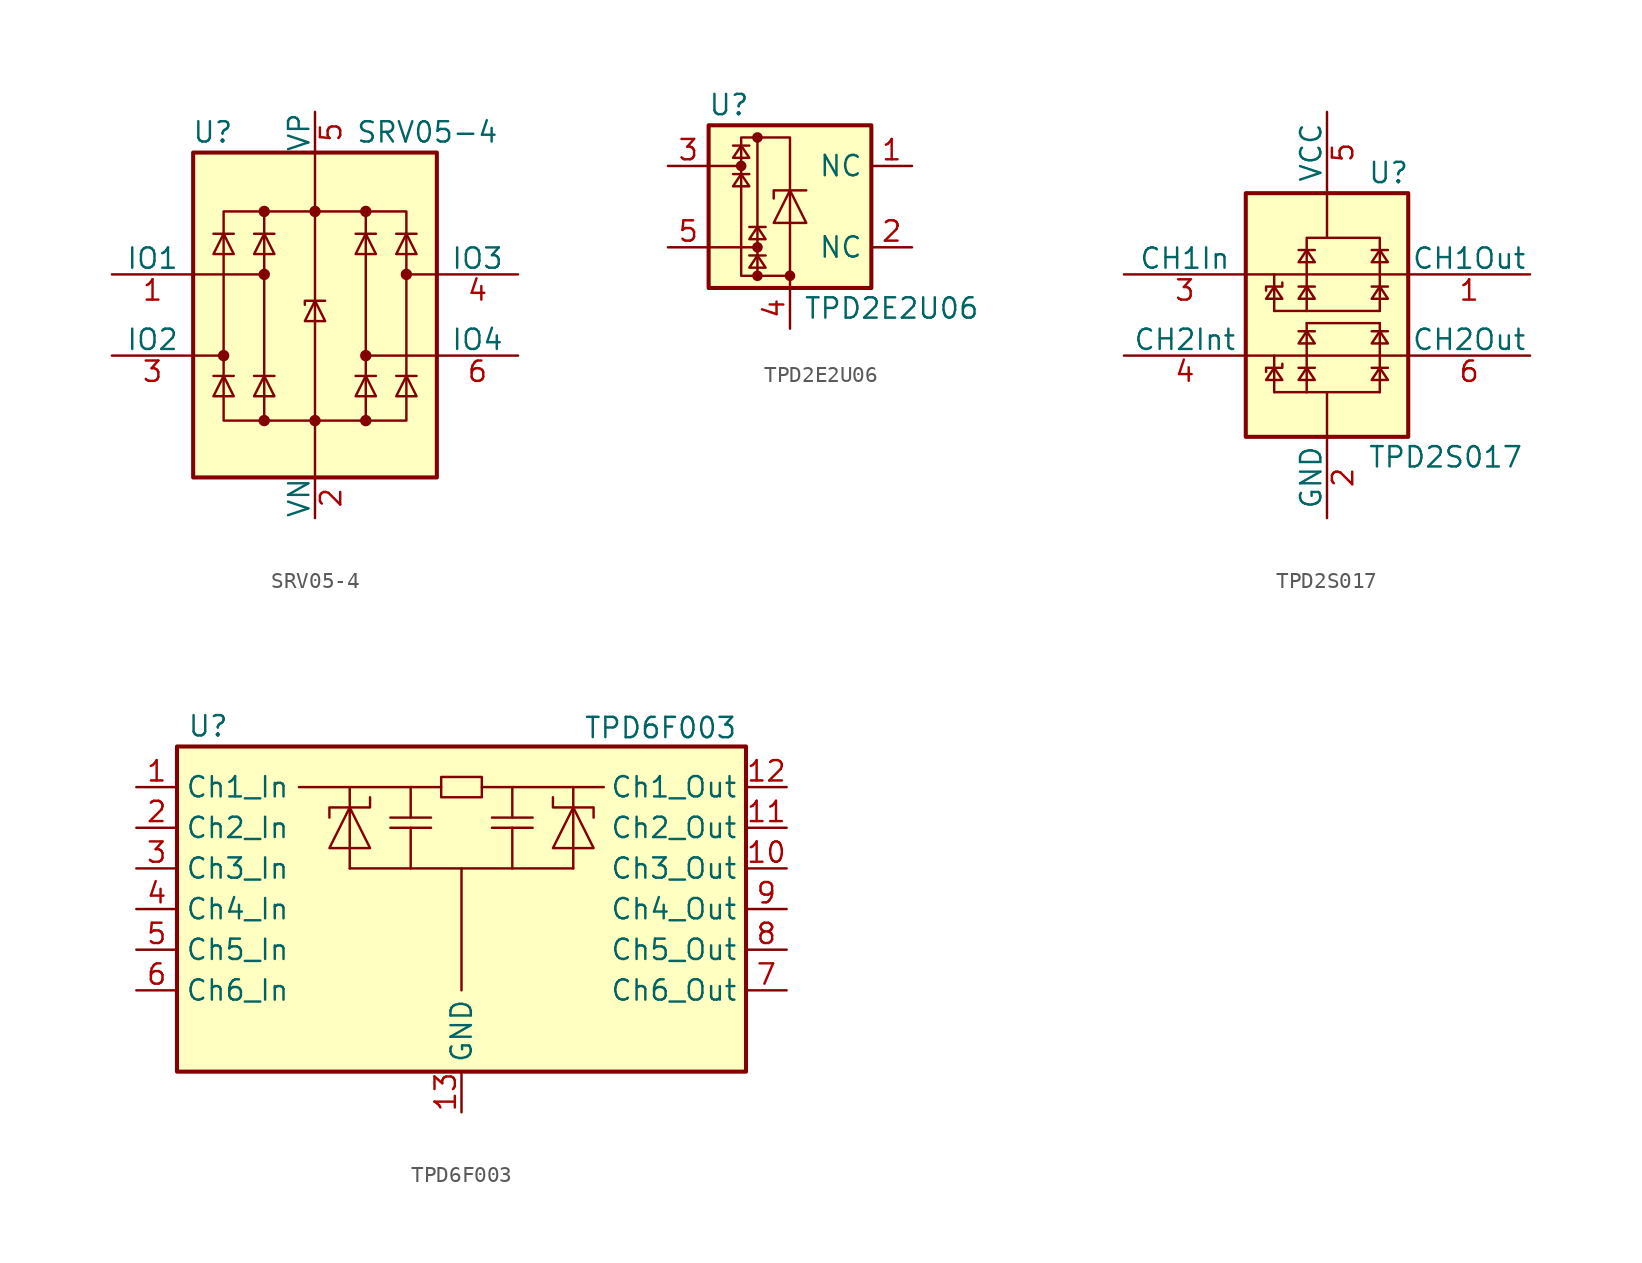
<source format=kicad_sym>
(kicad_symbol_lib
  (version 20201005)
  (generator kicad_symbol_editor)
  (symbol "SRV05-4"
    (pin_names
      (offset 0))
    (property "Reference" "U"
      (at -5.08 11.43 0)
      (effects (font (size 1.27 1.27)) (justify right)))
    (property "Value" "SRV05-4"
      (at 2.54 11.43 0)
      (effects (font (size 1.27 1.27)) (justify left)))
    (symbol "SRV05-4_0_0"
      (rectangle (start -5.715 6.477) (end 5.715 -6.604) (stroke (width 0)) (fill (type none)))
      (polyline (pts (xy -3.175 -6.604) (xy -3.175 6.477)) (stroke (width 0)) (fill (type none)))
      (polyline (pts (xy 3.175 6.477) (xy 3.175 -6.604)) (stroke (width 0)) (fill (type none))))
    (symbol "SRV05-4_0_1"
      (circle (center -5.715 -2.54) (radius 0.279) (stroke (width 0)) (fill (type outline)))
      (circle (center -3.175 -6.604) (radius 0.279) (stroke (width 0)) (fill (type outline)))
      (circle (center -3.175 2.54) (radius 0.279) (stroke (width 0)) (fill (type outline)))
      (circle (center -3.175 6.477) (radius 0.279) (stroke (width 0)) (fill (type outline)))
      (circle (center 0 -6.604) (radius 0.279) (stroke (width 0)) (fill (type outline)))
      (circle (center 0 6.477) (radius 0.279) (stroke (width 0)) (fill (type outline)))
      (circle (center 3.175 -6.604) (radius 0.279) (stroke (width 0)) (fill (type outline)))
      (circle (center 3.175 -2.54) (radius 0.279) (stroke (width 0)) (fill (type outline)))
      (circle (center 3.175 6.477) (radius 0.279) (stroke (width 0)) (fill (type outline)))
      (circle (center 5.715 2.54) (radius 0.279) (stroke (width 0)) (fill (type outline)))
      (rectangle (start -7.62 10.16) (end 7.62 -10.16) (stroke (width 0.254)) (fill (type background)))
      (polyline (pts (xy -7.747 2.54) (xy -3.175 2.54)) (stroke (width 0)) (fill (type none)))
      (polyline (pts (xy -7.62 -2.54) (xy -5.715 -2.54)) (stroke (width 0)) (fill (type none)))
      (polyline (pts (xy -5.08 -3.81) (xy -6.35 -3.81)) (stroke (width 0)) (fill (type none)))
      (polyline (pts (xy -5.08 5.08) (xy -6.35 5.08)) (stroke (width 0)) (fill (type none)))
      (polyline (pts (xy -2.54 -3.81) (xy -3.81 -3.81)) (stroke (width 0)) (fill (type none)))
      (polyline (pts (xy -2.54 5.08) (xy -3.81 5.08)) (stroke (width 0)) (fill (type none)))
      (polyline (pts (xy 0 10.16) (xy 0 -10.16)) (stroke (width 0)) (fill (type none)))
      (polyline (pts (xy 3.81 -3.81) (xy 2.54 -3.81)) (stroke (width 0)) (fill (type none)))
      (polyline (pts (xy 3.81 5.08) (xy 2.54 5.08)) (stroke (width 0)) (fill (type none)))
      (polyline (pts (xy 6.35 -3.81) (xy 5.08 -3.81)) (stroke (width 0)) (fill (type none)))
      (polyline (pts (xy 6.35 5.08) (xy 5.08 5.08)) (stroke (width 0)) (fill (type none)))
      (polyline (pts (xy 7.62 -2.54) (xy 3.175 -2.54)) (stroke (width 0)) (fill (type none)))
      (polyline (pts (xy 7.62 2.54) (xy 5.715 2.54)) (stroke (width 0)) (fill (type none)))
      (polyline (pts (xy 0.635 0.889) (xy -0.635 0.889) (xy -0.635 0.635)) (stroke (width 0)) (fill (type none)))
      (polyline (pts (xy -5.08 -5.08) (xy -6.35 -5.08) (xy -5.715 -3.81) (xy -5.08 -5.08)) (stroke (width 0)) (fill (type none)))
      (polyline (pts (xy -5.08 3.81) (xy -6.35 3.81) (xy -5.715 5.08) (xy -5.08 3.81)) (stroke (width 0)) (fill (type none)))
      (polyline (pts (xy -2.54 -5.08) (xy -3.81 -5.08) (xy -3.175 -3.81) (xy -2.54 -5.08)) (stroke (width 0)) (fill (type none)))
      (polyline (pts (xy -2.54 3.81) (xy -3.81 3.81) (xy -3.175 5.08) (xy -2.54 3.81)) (stroke (width 0)) (fill (type none)))
      (polyline (pts (xy 0.635 -0.381) (xy -0.635 -0.381) (xy 0 0.889) (xy 0.635 -0.381)) (stroke (width 0)) (fill (type none)))
      (polyline (pts (xy 3.81 -5.08) (xy 2.54 -5.08) (xy 3.175 -3.81) (xy 3.81 -5.08)) (stroke (width 0)) (fill (type none)))
      (polyline (pts (xy 3.81 3.81) (xy 2.54 3.81) (xy 3.175 5.08) (xy 3.81 3.81)) (stroke (width 0)) (fill (type none)))
      (polyline (pts (xy 6.35 -5.08) (xy 5.08 -5.08) (xy 5.715 -3.81) (xy 6.35 -5.08)) (stroke (width 0)) (fill (type none)))
      (polyline (pts (xy 6.35 3.81) (xy 5.08 3.81) (xy 5.715 5.08) (xy 6.35 3.81)) (stroke (width 0)) (fill (type none))))
    (symbol "SRV05-4_1_1"
      (pin passive line (at -12.7 2.54 0) (length 5.08) (name "IO1" (effects (font (size 1.27 1.27)))) (number "1" (effects (font (size 1.27 1.27)))))
      (pin passive line (at 0 -12.7 90) (length 2.54) (name "VN" (effects (font (size 1.27 1.27)))) (number "2" (effects (font (size 1.27 1.27)))))
      (pin passive line (at -12.7 -2.54 0) (length 5.08) (name "IO2" (effects (font (size 1.27 1.27)))) (number "3" (effects (font (size 1.27 1.27)))))
      (pin passive line (at 12.7 2.54 180) (length 5.08) (name "IO3" (effects (font (size 1.27 1.27)))) (number "4" (effects (font (size 1.27 1.27)))))
      (pin passive line (at 0 12.7 270) (length 2.54) (name "VP" (effects (font (size 1.27 1.27)))) (number "5" (effects (font (size 1.27 1.27)))))
      (pin passive line (at 12.7 -2.54 180) (length 5.08) (name "IO4" (effects (font (size 1.27 1.27)))) (number "6" (effects (font (size 1.27 1.27)))))))
  (symbol "TPD2E2U06"
    (property "Reference" "U"
      (at -3.81 6.35 0)
      (effects (font (size 1.27 1.27))))
    (property "Value" "TPD2E2U06"
      (at 6.35 -6.35 0)
      (effects (font (size 1.27 1.27))))
    (symbol "TPD2E2U06_0_1"
      (circle (center -3.048 2.54) (radius 0.254) (stroke (width 0)) (fill (type outline)))
      (circle (center -2.032 -4.318) (radius 0.254) (stroke (width 0)) (fill (type outline)))
      (circle (center -2.032 -2.54) (radius 0.254) (stroke (width 0)) (fill (type outline)))
      (circle (center -2.032 4.318) (radius 0.254) (stroke (width 0)) (fill (type outline)))
      (circle (center 0 -4.318) (radius 0.254) (stroke (width 0)) (fill (type outline)))
      (rectangle (start -5.08 5.08) (end 5.08 -5.08) (stroke (width 0.254)) (fill (type background)))
      (rectangle (start -3.048 4.318) (end 0 -4.318) (stroke (width 0)) (fill (type none)))
      (polyline (pts (xy -3.048 2.54) (xy -5.08 2.54)) (stroke (width 0)) (fill (type none)))
      (polyline (pts (xy -2.54 2.032) (xy -3.556 2.032)) (stroke (width 0)) (fill (type none)))
      (polyline (pts (xy -2.54 3.81) (xy -3.556 3.81)) (stroke (width 0)) (fill (type none)))
      (polyline (pts (xy -2.032 -4.318) (xy -2.032 4.318)) (stroke (width 0)) (fill (type none)))
      (polyline (pts (xy -2.032 -2.54) (xy -5.08 -2.54)) (stroke (width 0)) (fill (type none)))
      (polyline (pts (xy -1.524 -3.048) (xy -2.54 -3.048)) (stroke (width 0)) (fill (type none)))
      (polyline (pts (xy -1.524 -1.27) (xy -2.54 -1.27)) (stroke (width 0)) (fill (type none)))
      (polyline (pts (xy 0 -4.318) (xy 0 -5.08)) (stroke (width 0)) (fill (type none)))
      (polyline (pts (xy 1.016 1.016) (xy -1.016 1.016) (xy -1.016 0.508)) (stroke (width 0)) (fill (type none)))
      (polyline (pts (xy -3.048 2.032) (xy -3.556 1.27) (xy -2.54 1.27) (xy -3.048 2.032)) (stroke (width 0)) (fill (type none)))
      (polyline (pts (xy -3.048 3.81) (xy -3.556 3.048) (xy -2.54 3.048) (xy -3.048 3.81)) (stroke (width 0)) (fill (type none)))
      (polyline (pts (xy -2.032 -3.048) (xy -2.54 -3.81) (xy -1.524 -3.81) (xy -2.032 -3.048)) (stroke (width 0)) (fill (type none)))
      (polyline (pts (xy -2.032 -1.27) (xy -2.54 -2.032) (xy -1.524 -2.032) (xy -2.032 -1.27)) (stroke (width 0)) (fill (type none)))
      (polyline (pts (xy 0 1.016) (xy 1.016 -1.016) (xy -1.016 -1.016) (xy 0 1.016)) (stroke (width 0)) (fill (type none))))
    (symbol "TPD2E2U06_1_1"
      (pin passive line (at 7.62 2.54 180) (length 2.54) (name "NC" (effects (font (size 1.27 1.27)))) (number "1" (effects (font (size 1.27 1.27)))))
      (pin passive line (at 7.62 -2.54 180) (length 2.54) (name "NC" (effects (font (size 1.27 1.27)))) (number "2" (effects (font (size 1.27 1.27)))))
      (pin passive line (at -7.62 2.54 0) (length 2.54) (name "~" (effects (font (size 1.27 1.27)))) (number "3" (effects (font (size 1.27 1.27)))))
      (pin passive line (at 0 -7.62 90) (length 2.54) (name "~" (effects (font (size 1.27 1.27)))) (number "4" (effects (font (size 1.27 1.27)))))
      (pin passive line (at -7.62 -2.54 0) (length 2.54) (name "~" (effects (font (size 1.27 1.27)))) (number "5" (effects (font (size 1.27 1.27)))))))
  (symbol "TPD2S017"
    (pin_names
      (offset 0))
    (property "Reference" "U"
      (at 2.54 8.89 0)
      (effects (font (size 1.27 1.27)) (justify left)))
    (property "Value" "TPD2S017"
      (at 2.54 -8.89 0)
      (effects (font (size 1.27 1.27)) (justify left)))
    (symbol "TPD2S017_0_1"
      (rectangle (start -5.08 7.62) (end 5.08 -7.62) (stroke (width 0.254)) (fill (type background)))
      (polyline (pts (xy 0 4.826) (xy 0 7.62)) (stroke (width 0)) (fill (type none)))
      (polyline (pts (xy -5.08 -2.54) (xy 5.08 -2.54) (xy 5.08 -2.54)) (stroke (width 0)) (fill (type none)))
      (polyline (pts (xy -5.08 2.54) (xy 5.08 2.54) (xy 5.08 2.54)) (stroke (width 0)) (fill (type none)))
      (polyline (pts (xy -3.302 -4.826) (xy -1.27 -4.826) (xy -1.27 -4.826)) (stroke (width 0)) (fill (type none)))
      (polyline (pts (xy -3.302 -3.302) (xy -3.302 -2.54) (xy -3.302 -2.54)) (stroke (width 0)) (fill (type none)))
      (polyline (pts (xy -3.302 0.254) (xy -3.302 1.778) (xy -3.302 1.016)) (stroke (width 0)) (fill (type none)))
      (polyline (pts (xy -3.302 0.254) (xy -1.27 0.254) (xy -1.27 0.254)) (stroke (width 0)) (fill (type none)))
      (polyline (pts (xy -3.302 1.778) (xy -3.302 2.54) (xy -3.302 2.54)) (stroke (width 0)) (fill (type none)))
      (polyline (pts (xy -1.778 -3.302) (xy -1.27 -3.302) (xy -0.762 -3.302)) (stroke (width 0)) (fill (type none)))
      (polyline (pts (xy -1.778 -1.016) (xy -1.27 -1.016) (xy -0.762 -1.016)) (stroke (width 0)) (fill (type none)))
      (polyline (pts (xy -1.778 1.778) (xy -1.27 1.778) (xy -0.762 1.778)) (stroke (width 0)) (fill (type none)))
      (polyline (pts (xy -1.778 4.064) (xy -1.27 4.064) (xy -0.762 4.064)) (stroke (width 0)) (fill (type none)))
      (polyline (pts (xy -1.27 -4.826) (xy -1.27 -3.302) (xy -1.27 -4.064)) (stroke (width 0)) (fill (type none)))
      (polyline (pts (xy -1.27 -4.826) (xy 3.302 -4.826) (xy 3.302 -4.826)) (stroke (width 0)) (fill (type none)))
      (polyline (pts (xy -1.27 -1.016) (xy -1.27 -0.508) (xy -1.27 -0.508)) (stroke (width 0)) (fill (type none)))
      (polyline (pts (xy -1.27 -0.508) (xy 3.302 -0.508) (xy 3.302 -0.508)) (stroke (width 0)) (fill (type none)))
      (polyline (pts (xy -1.27 0.254) (xy -1.27 1.778) (xy -1.27 1.016)) (stroke (width 0)) (fill (type none)))
      (polyline (pts (xy -1.27 0.254) (xy 3.302 0.254) (xy 3.302 0.254)) (stroke (width 0)) (fill (type none)))
      (polyline (pts (xy 0 -7.62) (xy 0 -4.826) (xy 0 -4.826)) (stroke (width 0)) (fill (type none)))
      (polyline (pts (xy 2.794 -3.302) (xy 3.302 -3.302) (xy 3.81 -3.302)) (stroke (width 0)) (fill (type none)))
      (polyline (pts (xy 2.794 -1.016) (xy 3.302 -1.016) (xy 3.81 -1.016)) (stroke (width 0)) (fill (type none)))
      (polyline (pts (xy 2.794 1.778) (xy 3.302 1.778) (xy 3.81 1.778)) (stroke (width 0)) (fill (type none)))
      (polyline (pts (xy 2.794 4.064) (xy 3.302 4.064) (xy 3.81 4.064)) (stroke (width 0)) (fill (type none)))
      (polyline (pts (xy 3.302 -1.016) (xy 3.302 -0.508) (xy 3.302 -0.508)) (stroke (width 0)) (fill (type none)))
      (polyline (pts (xy -3.302 -4.826) (xy -3.302 -3.302) (xy -3.302 -4.064) (xy -3.302 -4.064)) (stroke (width 0)) (fill (type none)))
      (polyline (pts (xy 3.302 -4.826) (xy 3.302 -3.302) (xy 3.302 -4.064) (xy 3.302 -4.064)) (stroke (width 0)) (fill (type none)))
      (polyline (pts (xy 3.302 0.254) (xy 3.302 1.778) (xy 3.302 1.016) (xy 3.302 1.016)) (stroke (width 0)) (fill (type none)))
      (polyline (pts (xy -3.302 -3.302) (xy -3.81 -4.064) (xy -2.794 -4.064) (xy -3.302 -3.302) (xy -3.302 -3.302)) (stroke (width 0)) (fill (type none)))
      (polyline (pts (xy -3.302 1.778) (xy -3.81 1.016) (xy -2.794 1.016) (xy -3.302 1.778) (xy -3.302 1.778)) (stroke (width 0)) (fill (type none)))
      (polyline (pts (xy -2.794 -3.048) (xy -2.794 -3.302) (xy -3.81 -3.302) (xy -3.81 -3.556) (xy -3.81 -3.556)) (stroke (width 0)) (fill (type none)))
      (polyline (pts (xy -2.794 2.032) (xy -2.794 1.778) (xy -3.81 1.778) (xy -3.81 1.524) (xy -3.81 1.524)) (stroke (width 0)) (fill (type none)))
      (polyline (pts (xy -1.27 -3.302) (xy -1.778 -4.064) (xy -0.762 -4.064) (xy -1.27 -3.302) (xy -1.27 -3.302)) (stroke (width 0)) (fill (type none)))
      (polyline (pts (xy -1.27 -3.302) (xy -1.27 -1.016) (xy -1.27 -1.778) (xy -1.27 -1.778) (xy -1.27 -1.778)) (stroke (width 0)) (fill (type none)))
      (polyline (pts (xy -1.27 -1.016) (xy -1.778 -1.778) (xy -0.762 -1.778) (xy -1.27 -1.016) (xy -1.27 -1.016)) (stroke (width 0)) (fill (type none)))
      (polyline (pts (xy -1.27 1.778) (xy -1.778 1.016) (xy -0.762 1.016) (xy -1.27 1.778) (xy -1.27 1.778)) (stroke (width 0)) (fill (type none)))
      (polyline (pts (xy -1.27 1.778) (xy -1.27 4.064) (xy -1.27 3.302) (xy -1.27 3.302) (xy -1.27 3.302)) (stroke (width 0)) (fill (type none)))
      (polyline (pts (xy -1.27 4.064) (xy -1.778 3.302) (xy -0.762 3.302) (xy -1.27 4.064) (xy -1.27 4.064)) (stroke (width 0)) (fill (type none)))
      (polyline (pts (xy -1.27 4.064) (xy -1.27 4.826) (xy 3.302 4.826) (xy 3.302 4.064) (xy 3.302 4.064)) (stroke (width 0)) (fill (type none)))
      (polyline (pts (xy 3.302 -3.302) (xy 2.794 -4.064) (xy 3.81 -4.064) (xy 3.302 -3.302) (xy 3.302 -3.302)) (stroke (width 0)) (fill (type none)))
      (polyline (pts (xy 3.302 -3.302) (xy 3.302 -1.016) (xy 3.302 -1.778) (xy 3.302 -1.778) (xy 3.302 -1.778)) (stroke (width 0)) (fill (type none)))
      (polyline (pts (xy 3.302 -1.016) (xy 2.794 -1.778) (xy 3.81 -1.778) (xy 3.302 -1.016) (xy 3.302 -1.016)) (stroke (width 0)) (fill (type none)))
      (polyline (pts (xy 3.302 1.778) (xy 2.794 1.016) (xy 3.81 1.016) (xy 3.302 1.778) (xy 3.302 1.778)) (stroke (width 0)) (fill (type none)))
      (polyline (pts (xy 3.302 1.778) (xy 3.302 4.064) (xy 3.302 3.302) (xy 3.302 3.302) (xy 3.302 3.302)) (stroke (width 0)) (fill (type none)))
      (polyline (pts (xy 3.302 4.064) (xy 2.794 3.302) (xy 3.81 3.302) (xy 3.302 4.064) (xy 3.302 4.064)) (stroke (width 0)) (fill (type none))))
    (symbol "TPD2S017_1_1"
      (pin passive line (at 12.7 2.54 180) (length 7.62) (name "CH1Out" (effects (font (size 1.27 1.27)))) (number "1" (effects (font (size 1.27 1.27)))))
      (pin power_in line (at 0 -12.7 90) (length 5.08) (name "GND" (effects (font (size 1.27 1.27)))) (number "2" (effects (font (size 1.27 1.27)))))
      (pin passive line (at -12.7 2.54 0) (length 7.62) (name "CH1In" (effects (font (size 1.27 1.27)))) (number "3" (effects (font (size 1.27 1.27)))))
      (pin passive line (at -12.7 -2.54 0) (length 7.62) (name "CH2Int" (effects (font (size 1.27 1.27)))) (number "4" (effects (font (size 1.27 1.27)))))
      (pin power_in line (at 0 12.7 270) (length 5.08) (name "VCC" (effects (font (size 1.27 1.27)))) (number "5" (effects (font (size 1.27 1.27)))))
      (pin passive line (at 12.7 -2.54 180) (length 7.62) (name "CH2Out" (effects (font (size 1.27 1.27)))) (number "6" (effects (font (size 1.27 1.27)))))))
  (symbol "TPD6F003"
    (property "Reference" "U"
      (at -17.145 11.43 0)
      (effects (font (size 1.27 1.27)) (justify left)))
    (property "Value" "TPD6F003"
      (at 7.62 12.065 0)
      (effects (font (size 1.27 1.27)) (justify left top)))
    (symbol "TPD6F003_0_1"
      (rectangle (start -17.78 10.16) (end 17.78 -10.16) (stroke (width 0.254)) (fill (type background)))
      (polyline (pts (xy -6.985 2.54) (xy 6.985 2.54)) (stroke (width 0)) (fill (type none)))
      (polyline (pts (xy -6.985 6.35) (xy -6.985 7.62)) (stroke (width 0)) (fill (type none)))
      (polyline (pts (xy -4.445 5.715) (xy -1.905 5.715)) (stroke (width 0)) (fill (type none)))
      (polyline (pts (xy -3.175 5.08) (xy -3.175 2.54)) (stroke (width 0)) (fill (type none)))
      (polyline (pts (xy -3.175 7.62) (xy -3.175 5.715)) (stroke (width 0)) (fill (type none)))
      (polyline (pts (xy -1.905 5.08) (xy -4.445 5.08)) (stroke (width 0)) (fill (type none)))
      (polyline (pts (xy -1.27 7.62) (xy -10.16 7.62)) (stroke (width 0)) (fill (type none)))
      (polyline (pts (xy 0 2.54) (xy 0 -5.08)) (stroke (width 0)) (fill (type none)))
      (polyline (pts (xy 1.27 7.62) (xy 8.89 7.62)) (stroke (width 0)) (fill (type none)))
      (polyline (pts (xy 1.905 5.715) (xy 4.445 5.715)) (stroke (width 0)) (fill (type none)))
      (polyline (pts (xy 3.175 5.08) (xy 3.175 2.54)) (stroke (width 0)) (fill (type none)))
      (polyline (pts (xy 3.175 7.62) (xy 3.175 5.715)) (stroke (width 0)) (fill (type none)))
      (polyline (pts (xy 4.445 5.08) (xy 1.905 5.08)) (stroke (width 0)) (fill (type none)))
      (polyline (pts (xy 6.985 6.35) (xy 6.985 7.62)) (stroke (width 0)) (fill (type none)))
      (polyline (pts (xy -6.985 3.81) (xy -6.985 6.35) (xy -6.985 2.54)) (stroke (width 0)) (fill (type none)))
      (polyline (pts (xy 6.985 3.81) (xy 6.985 6.35) (xy 6.985 2.54)) (stroke (width 0)) (fill (type none)))
      (polyline (pts (xy -6.985 6.35) (xy -5.715 3.81) (xy -8.255 3.81) (xy -6.985 6.35)) (stroke (width 0)) (fill (type none)))
      (polyline (pts (xy -5.715 6.985) (xy -5.715 6.35) (xy -8.255 6.35) (xy -8.255 5.715)) (stroke (width 0)) (fill (type none)))
      (polyline (pts (xy 5.715 6.985) (xy 5.715 6.35) (xy 8.255 6.35) (xy 8.255 5.715)) (stroke (width 0)) (fill (type none)))
      (polyline (pts (xy 6.985 6.35) (xy 5.715 3.81) (xy 8.255 3.81) (xy 6.985 6.35)) (stroke (width 0)) (fill (type none)))
      (polyline (pts (xy -1.27 7.62) (xy -1.27 6.985) (xy 1.27 6.985) (xy 1.27 8.255) (xy -1.27 8.255) (xy -1.27 7.62)) (stroke (width 0)) (fill (type none))))
    (symbol "TPD6F003_1_1"
      (pin passive line (at -20.32 7.62 0) (length 2.54) (name "Ch1_In" (effects (font (size 1.27 1.27)))) (number "1" (effects (font (size 1.27 1.27)))))
      (pin passive line (at 20.32 2.54 180) (length 2.54) (name "Ch3_Out" (effects (font (size 1.27 1.27)))) (number "10" (effects (font (size 1.27 1.27)))))
      (pin passive line (at 20.32 5.08 180) (length 2.54) (name "Ch2_Out" (effects (font (size 1.27 1.27)))) (number "11" (effects (font (size 1.27 1.27)))))
      (pin passive line (at 20.32 7.62 180) (length 2.54) (name "Ch1_Out" (effects (font (size 1.27 1.27)))) (number "12" (effects (font (size 1.27 1.27)))))
      (pin power_in line (at 0 -12.7 90) (length 2.54) (name "GND" (effects (font (size 1.27 1.27)))) (number "13" (effects (font (size 1.27 1.27)))))
      (pin passive line (at -20.32 5.08 0) (length 2.54) (name "Ch2_In" (effects (font (size 1.27 1.27)))) (number "2" (effects (font (size 1.27 1.27)))))
      (pin passive line (at -20.32 2.54 0) (length 2.54) (name "Ch3_In" (effects (font (size 1.27 1.27)))) (number "3" (effects (font (size 1.27 1.27)))))
      (pin passive line (at -20.32 0 0) (length 2.54) (name "Ch4_In" (effects (font (size 1.27 1.27)))) (number "4" (effects (font (size 1.27 1.27)))))
      (pin passive line (at -20.32 -2.54 0) (length 2.54) (name "Ch5_In" (effects (font (size 1.27 1.27)))) (number "5" (effects (font (size 1.27 1.27)))))
      (pin passive line (at -20.32 -5.08 0) (length 2.54) (name "Ch6_In" (effects (font (size 1.27 1.27)))) (number "6" (effects (font (size 1.27 1.27)))))
      (pin passive line (at 20.32 -5.08 180) (length 2.54) (name "Ch6_Out" (effects (font (size 1.27 1.27)))) (number "7" (effects (font (size 1.27 1.27)))))
      (pin passive line (at 20.32 -2.54 180) (length 2.54) (name "Ch5_Out" (effects (font (size 1.27 1.27)))) (number "8" (effects (font (size 1.27 1.27)))))
      (pin passive line (at 20.32 0 180) (length 2.54) (name "Ch4_Out" (effects (font (size 1.27 1.27)))) (number "9" (effects (font (size 1.27 1.27))))))))
</source>
